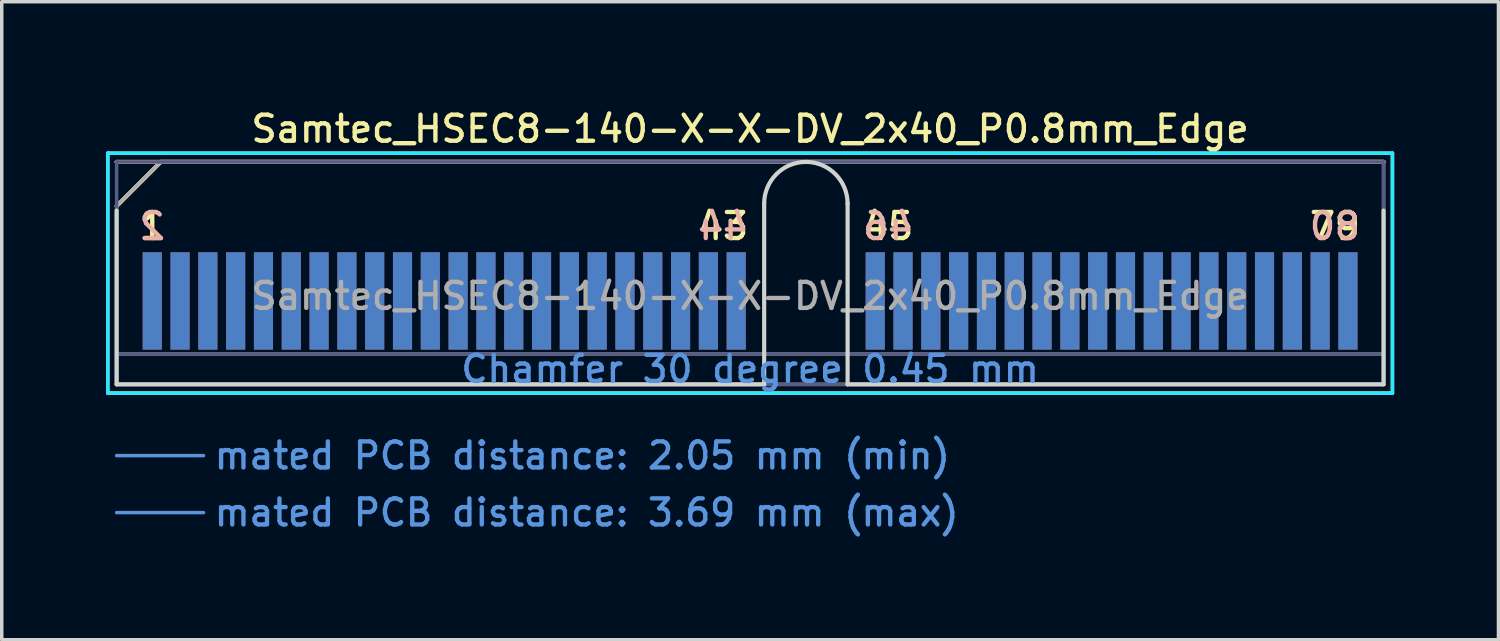
<source format=kicad_pcb>
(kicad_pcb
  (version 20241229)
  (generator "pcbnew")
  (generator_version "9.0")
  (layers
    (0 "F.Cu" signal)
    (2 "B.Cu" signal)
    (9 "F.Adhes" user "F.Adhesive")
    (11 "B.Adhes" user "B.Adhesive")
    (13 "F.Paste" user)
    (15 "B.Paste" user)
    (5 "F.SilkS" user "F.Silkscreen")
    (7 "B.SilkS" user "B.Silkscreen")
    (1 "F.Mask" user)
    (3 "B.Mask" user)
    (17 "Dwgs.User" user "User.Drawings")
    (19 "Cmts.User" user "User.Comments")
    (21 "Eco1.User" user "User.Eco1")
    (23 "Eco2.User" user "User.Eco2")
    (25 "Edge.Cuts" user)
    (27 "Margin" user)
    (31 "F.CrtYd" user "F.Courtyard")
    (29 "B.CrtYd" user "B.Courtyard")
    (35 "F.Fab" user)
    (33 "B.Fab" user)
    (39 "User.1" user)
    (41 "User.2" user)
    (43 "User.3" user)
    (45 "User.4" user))
  (footprint "Samtec_HSEC8-140-X-X-DV_2x40_P0.8mm_Edge"
    (layer "F.Cu")
    (at 18.53 8.008)
    (property "Reference" "Samtec_HSEC8-140-X-X-DV_2x40_P0.8mm_Edge" (at 0 -7.35 0) (layer "F.SilkS") (effects (font (size 0.75 0.75) (thickness 0.125))))
    (attr exclude_from_pos_files exclude_from_bom)
    (fp_line (start -18.48 -6.65) (end -18.48 0.25) (stroke (width 0.1) (type solid)) (layer "F.SilkS"))
    (fp_line (start -18.48 0.25) (end 18.48 0.25) (stroke (width 0.1) (type solid)) (layer "F.SilkS"))
    (fp_line (start -18.225 -5.13) (end -16.955 -6.4) (stroke (width 0.12) (type solid)) (layer "F.SilkS"))
    (fp_line (start -16.955 -6.4) (end 18.225 -6.4) (stroke (width 0.12) (type solid)) (layer "F.SilkS"))
    (fp_line (start 18.48 -6.65) (end -18.48 -6.65) (stroke (width 0.1) (type solid)) (layer "F.SilkS"))
    (fp_line (start 18.48 0.25) (end 18.48 -6.65) (stroke (width 0.1) (type solid)) (layer "F.SilkS"))
    (fp_line (start -18.225 -6.4) (end -18.225 -6.4) (stroke (width 0.12) (type solid)) (layer "B.SilkS"))
    (fp_line (start -18.225 -6.4) (end 18.225 -6.4) (stroke (width 0.12) (type solid)) (layer "B.SilkS"))
    (fp_line (start -18.225 2.05) (end -15.725 2.05) (stroke (width 0.1) (type solid)) (layer "Cmts.User"))
    (fp_line (start -18.225 3.69) (end -15.725 3.69) (stroke (width 0.1) (type solid)) (layer "Cmts.User"))
    (fp_line (start -18.225 -5) (end -18.225 0) (stroke (width 0.12) (type solid)) (layer "Edge.Cuts"))
    (fp_line (start -18.225 0) (end 0.405 0) (stroke (width 0.12) (type solid)) (layer "Edge.Cuts"))
    (fp_line (start 0.405 0) (end 0.405 -5.2) (stroke (width 0.12) (type solid)) (layer "Edge.Cuts"))
    (fp_line (start 2.805 -5.2) (end 2.805 0) (stroke (width 0.12) (type solid)) (layer "Edge.Cuts"))
    (fp_line (start 2.805 0) (end 18.225 0) (stroke (width 0.12) (type solid)) (layer "Edge.Cuts"))
    (fp_line (start 18.225 0) (end 18.225 -5) (stroke (width 0.12) (type solid)) (layer "Edge.Cuts"))
    (fp_arc (start 0.405 -5.2) (mid 1.605 -6.4) (end 2.805 -5.2) (stroke (width 0.12) (type solid)) (layer "Edge.Cuts"))
    (fp_line (start -18.48 -6.65) (end -18.48 0.25) (stroke (width 0.1) (type solid)) (layer "B.CrtYd"))
    (fp_line (start -18.48 0.25) (end 18.48 0.25) (stroke (width 0.1) (type solid)) (layer "B.CrtYd"))
    (fp_line (start 18.48 -6.65) (end -18.48 -6.65) (stroke (width 0.1) (type solid)) (layer "B.CrtYd"))
    (fp_line (start 18.48 0.25) (end 18.48 -6.65) (stroke (width 0.1) (type solid)) (layer "B.CrtYd"))
    (fp_line (start -18.225 -6.4) (end -18.225 -6.4) (stroke (width 0.1) (type solid)) (layer "B.Fab"))
    (fp_line (start -18.225 -6.4) (end -18.225 0) (stroke (width 0.1) (type solid)) (layer "B.Fab"))
    (fp_line (start -18.225 -6.4) (end 18.225 -6.4) (stroke (width 0.1) (type solid)) (layer "B.Fab"))
    (fp_line (start -18.225 -0.88) (end 18.225 -0.88) (stroke (width 0.1) (type solid)) (layer "B.Fab"))
    (fp_line (start -18.225 0) (end 18.225 0) (stroke (width 0.1) (type solid)) (layer "B.Fab"))
    (fp_line (start 18.225 -6.4) (end 18.225 0) (stroke (width 0.1) (type solid)) (layer "B.Fab"))
    (fp_line (start -18.225 -5.13) (end -18.225 0) (stroke (width 0.1) (type solid)) (layer "F.Fab"))
    (fp_line (start -18.225 -5.13) (end -16.955 -6.4) (stroke (width 0.1) (type solid)) (layer "F.Fab"))
    (fp_line (start -18.225 -0.88) (end 18.225 -0.88) (stroke (width 0.1) (type solid)) (layer "F.Fab"))
    (fp_line (start -18.225 0) (end 18.225 0) (stroke (width 0.1) (type solid)) (layer "F.Fab"))
    (fp_line (start -16.955 -6.4) (end 18.225 -6.4) (stroke (width 0.1) (type solid)) (layer "F.Fab"))
    (fp_line (start 18.225 -6.4) (end 18.225 0) (stroke (width 0.1) (type solid)) (layer "F.Fab"))
    (fp_text user "43" (at -0.775 -4.55 0) (layer "F.SilkS") (effects (font (size 0.75 0.75) (thickness 0.125))))
    (fp_text user "79" (at 16.825 -4.55 0) (layer "F.SilkS") (effects (font (size 0.75 0.75) (thickness 0.125))))
    (fp_text user "1" (at -17.2 -4.55 0) (layer "F.SilkS") (effects (font (size 0.75 0.75) (thickness 0.125))))
    (fp_text user "45" (at 3.975 -4.55 0) (layer "F.SilkS") (effects (font (size 0.75 0.75) (thickness 0.125))))
    (fp_text user "46" (at 3.975 -4.55 0) (layer "B.SilkS") (effects (font (size 0.75 0.75) (thickness 0.125)) (justify mirror)))
    (fp_text user "44" (at -0.775 -4.55 0) (layer "B.SilkS") (effects (font (size 0.75 0.75) (thickness 0.125)) (justify mirror)))
    (fp_text user "2" (at -17.2 -4.55 0) (layer "B.SilkS") (effects (font (size 0.75 0.75) (thickness 0.125)) (justify mirror)))
    (fp_text user "80" (at 16.825 -4.55 0) (layer "B.SilkS") (effects (font (size 0.75 0.75) (thickness 0.125)) (justify mirror)))
    (fp_text user "mated PCB distance: 2.05 mm (min)" (at -15.48 2.05 0) (layer "Cmts.User") (effects (font (size 0.75 0.75) (thickness 0.125)) (justify left)))
    (fp_text user "mated PCB distance: 3.69 mm (max)" (at -15.48 3.69 0) (layer "Cmts.User") (effects (font (size 0.75 0.75) (thickness 0.125)) (justify left)))
    (fp_text user "Chamfer 30 degree 0.45 mm" (at 0 -0.44 0) (layer "Cmts.User") (effects (font (size 0.75 0.75) (thickness 0.125))))
    (fp_text user "${REFERENCE}" (at 0 -2.54 0) (layer "F.Fab") (effects (font (size 0.75 0.75) (thickness 0.125))))
    (pad "1" connect rect (at -17.2 -2.4) (size 0.55 2.8) (layers "F.Cu" "F.Mask"))
    (pad "2" connect rect (at -17.2 -2.4) (size 0.55 2.8) (layers "B.Cu" "B.Mask"))
    (pad "3" connect rect (at -16.4 -2.4) (size 0.55 2.8) (layers "F.Cu" "F.Mask"))
    (pad "4" connect rect (at -16.4 -2.4) (size 0.55 2.8) (layers "B.Cu" "B.Mask"))
    (pad "5" connect rect (at -15.6 -2.4) (size 0.55 2.8) (layers "F.Cu" "F.Mask"))
    (pad "6" connect rect (at -15.6 -2.4) (size 0.55 2.8) (layers "B.Cu" "B.Mask"))
    (pad "7" connect rect (at -14.8 -2.4) (size 0.55 2.8) (layers "F.Cu" "F.Mask"))
    (pad "8" connect rect (at -14.8 -2.4) (size 0.55 2.8) (layers "B.Cu" "B.Mask"))
    (pad "9" connect rect (at -14 -2.4) (size 0.55 2.8) (layers "F.Cu" "F.Mask"))
    (pad "10" connect rect (at -14 -2.4) (size 0.55 2.8) (layers "B.Cu" "B.Mask"))
    (pad "11" connect rect (at -13.2 -2.4) (size 0.55 2.8) (layers "F.Cu" "F.Mask"))
    (pad "12" connect rect (at -13.2 -2.4) (size 0.55 2.8) (layers "B.Cu" "B.Mask"))
    (pad "13" connect rect (at -12.4 -2.4) (size 0.55 2.8) (layers "F.Cu" "F.Mask"))
    (pad "14" connect rect (at -12.4 -2.4) (size 0.55 2.8) (layers "B.Cu" "B.Mask"))
    (pad "15" connect rect (at -11.6 -2.4) (size 0.55 2.8) (layers "F.Cu" "F.Mask"))
    (pad "16" connect rect (at -11.6 -2.4) (size 0.55 2.8) (layers "B.Cu" "B.Mask"))
    (pad "17" connect rect (at -10.8 -2.4) (size 0.55 2.8) (layers "F.Cu" "F.Mask"))
    (pad "18" connect rect (at -10.8 -2.4) (size 0.55 2.8) (layers "B.Cu" "B.Mask"))
    (pad "19" connect rect (at -10 -2.4) (size 0.55 2.8) (layers "F.Cu" "F.Mask"))
    (pad "20" connect rect (at -10 -2.4) (size 0.55 2.8) (layers "B.Cu" "B.Mask"))
    (pad "21" connect rect (at -9.2 -2.4) (size 0.55 2.8) (layers "F.Cu" "F.Mask"))
    (pad "22" connect rect (at -9.2 -2.4) (size 0.55 2.8) (layers "B.Cu" "B.Mask"))
    (pad "23" connect rect (at -8.4 -2.4) (size 0.55 2.8) (layers "F.Cu" "F.Mask"))
    (pad "24" connect rect (at -8.4 -2.4) (size 0.55 2.8) (layers "B.Cu" "B.Mask"))
    (pad "25" connect rect (at -7.6 -2.4) (size 0.55 2.8) (layers "F.Cu" "F.Mask"))
    (pad "26" connect rect (at -7.6 -2.4) (size 0.55 2.8) (layers "B.Cu" "B.Mask"))
    (pad "27" connect rect (at -6.8 -2.4) (size 0.55 2.8) (layers "F.Cu" "F.Mask"))
    (pad "28" connect rect (at -6.8 -2.4) (size 0.55 2.8) (layers "B.Cu" "B.Mask"))
    (pad "29" connect rect (at -6 -2.4) (size 0.55 2.8) (layers "F.Cu" "F.Mask"))
    (pad "30" connect rect (at -6 -2.4) (size 0.55 2.8) (layers "B.Cu" "B.Mask"))
    (pad "31" connect rect (at -5.2 -2.4) (size 0.55 2.8) (layers "F.Cu" "F.Mask"))
    (pad "32" connect rect (at -5.2 -2.4) (size 0.55 2.8) (layers "B.Cu" "B.Mask"))
    (pad "33" connect rect (at -4.4 -2.4) (size 0.55 2.8) (layers "F.Cu" "F.Mask"))
    (pad "34" connect rect (at -4.4 -2.4) (size 0.55 2.8) (layers "B.Cu" "B.Mask"))
    (pad "35" connect rect (at -3.6 -2.4) (size 0.55 2.8) (layers "F.Cu" "F.Mask"))
    (pad "36" connect rect (at -3.6 -2.4) (size 0.55 2.8) (layers "B.Cu" "B.Mask"))
    (pad "37" connect rect (at -2.8 -2.4) (size 0.55 2.8) (layers "F.Cu" "F.Mask"))
    (pad "38" connect rect (at -2.8 -2.4) (size 0.55 2.8) (layers "B.Cu" "B.Mask"))
    (pad "39" connect rect (at -2 -2.4) (size 0.55 2.8) (layers "F.Cu" "F.Mask"))
    (pad "40" connect rect (at -2 -2.4) (size 0.55 2.8) (layers "B.Cu" "B.Mask"))
    (pad "41" connect rect (at -1.2 -2.4) (size 0.55 2.8) (layers "F.Cu" "F.Mask"))
    (pad "42" connect rect (at -1.2 -2.4) (size 0.55 2.8) (layers "B.Cu" "B.Mask"))
    (pad "43" connect rect (at -0.4 -2.4) (size 0.55 2.8) (layers "F.Cu" "F.Mask"))
    (pad "44" connect rect (at -0.4 -2.4) (size 0.55 2.8) (layers "B.Cu" "B.Mask"))
    (pad "45" connect rect (at 3.6 -2.4) (size 0.55 2.8) (layers "F.Cu" "F.Mask"))
    (pad "46" connect rect (at 3.6 -2.4) (size 0.55 2.8) (layers "B.Cu" "B.Mask"))
    (pad "47" connect rect (at 4.4 -2.4) (size 0.55 2.8) (layers "F.Cu" "F.Mask"))
    (pad "48" connect rect (at 4.4 -2.4) (size 0.55 2.8) (layers "B.Cu" "B.Mask"))
    (pad "49" connect rect (at 5.2 -2.4) (size 0.55 2.8) (layers "F.Cu" "F.Mask"))
    (pad "50" connect rect (at 5.2 -2.4) (size 0.55 2.8) (layers "B.Cu" "B.Mask"))
    (pad "51" connect rect (at 6 -2.4) (size 0.55 2.8) (layers "F.Cu" "F.Mask"))
    (pad "52" connect rect (at 6 -2.4) (size 0.55 2.8) (layers "B.Cu" "B.Mask"))
    (pad "53" connect rect (at 6.8 -2.4) (size 0.55 2.8) (layers "F.Cu" "F.Mask"))
    (pad "54" connect rect (at 6.8 -2.4) (size 0.55 2.8) (layers "B.Cu" "B.Mask"))
    (pad "55" connect rect (at 7.6 -2.4) (size 0.55 2.8) (layers "F.Cu" "F.Mask"))
    (pad "56" connect rect (at 7.6 -2.4) (size 0.55 2.8) (layers "B.Cu" "B.Mask"))
    (pad "57" connect rect (at 8.4 -2.4) (size 0.55 2.8) (layers "F.Cu" "F.Mask"))
    (pad "58" connect rect (at 8.4 -2.4) (size 0.55 2.8) (layers "B.Cu" "B.Mask"))
    (pad "59" connect rect (at 9.2 -2.4) (size 0.55 2.8) (layers "F.Cu" "F.Mask"))
    (pad "60" connect rect (at 9.2 -2.4) (size 0.55 2.8) (layers "B.Cu" "B.Mask"))
    (pad "61" connect rect (at 10 -2.4) (size 0.55 2.8) (layers "F.Cu" "F.Mask"))
    (pad "62" connect rect (at 10 -2.4) (size 0.55 2.8) (layers "B.Cu" "B.Mask"))
    (pad "63" connect rect (at 10.8 -2.4) (size 0.55 2.8) (layers "F.Cu" "F.Mask"))
    (pad "64" connect rect (at 10.8 -2.4) (size 0.55 2.8) (layers "B.Cu" "B.Mask"))
    (pad "65" connect rect (at 11.6 -2.4) (size 0.55 2.8) (layers "F.Cu" "F.Mask"))
    (pad "66" connect rect (at 11.6 -2.4) (size 0.55 2.8) (layers "B.Cu" "B.Mask"))
    (pad "67" connect rect (at 12.4 -2.4) (size 0.55 2.8) (layers "F.Cu" "F.Mask"))
    (pad "68" connect rect (at 12.4 -2.4) (size 0.55 2.8) (layers "B.Cu" "B.Mask"))
    (pad "69" connect rect (at 13.2 -2.4) (size 0.55 2.8) (layers "F.Cu" "F.Mask"))
    (pad "70" connect rect (at 13.2 -2.4) (size 0.55 2.8) (layers "B.Cu" "B.Mask"))
    (pad "71" connect rect (at 14 -2.4) (size 0.55 2.8) (layers "F.Cu" "F.Mask"))
    (pad "72" connect rect (at 14 -2.4) (size 0.55 2.8) (layers "B.Cu" "B.Mask"))
    (pad "73" connect rect (at 14.8 -2.4) (size 0.55 2.8) (layers "F.Cu" "F.Mask"))
    (pad "74" connect rect (at 14.8 -2.4) (size 0.55 2.8) (layers "B.Cu" "B.Mask"))
    (pad "75" connect rect (at 15.6 -2.4) (size 0.55 2.8) (layers "F.Cu" "F.Mask"))
    (pad "76" connect rect (at 15.6 -2.4) (size 0.55 2.8) (layers "B.Cu" "B.Mask"))
    (pad "77" connect rect (at 16.4 -2.4) (size 0.55 2.8) (layers "F.Cu" "F.Mask"))
    (pad "78" connect rect (at 16.4 -2.4) (size 0.55 2.8) (layers "B.Cu" "B.Mask"))
    (pad "79" connect rect (at 17.2 -2.4) (size 0.55 2.8) (layers "F.Cu" "F.Mask"))
    (pad "80" connect rect (at 17.2 -2.4) (size 0.55 2.8) (layers "B.Cu" "B.Mask")))
  (gr_rect
    (start -3 -3)
    (end 40.06 15.356)
    (stroke (width 0.1) (type default))
    (fill no)
    (layer "Edge.Cuts")))
</source>
